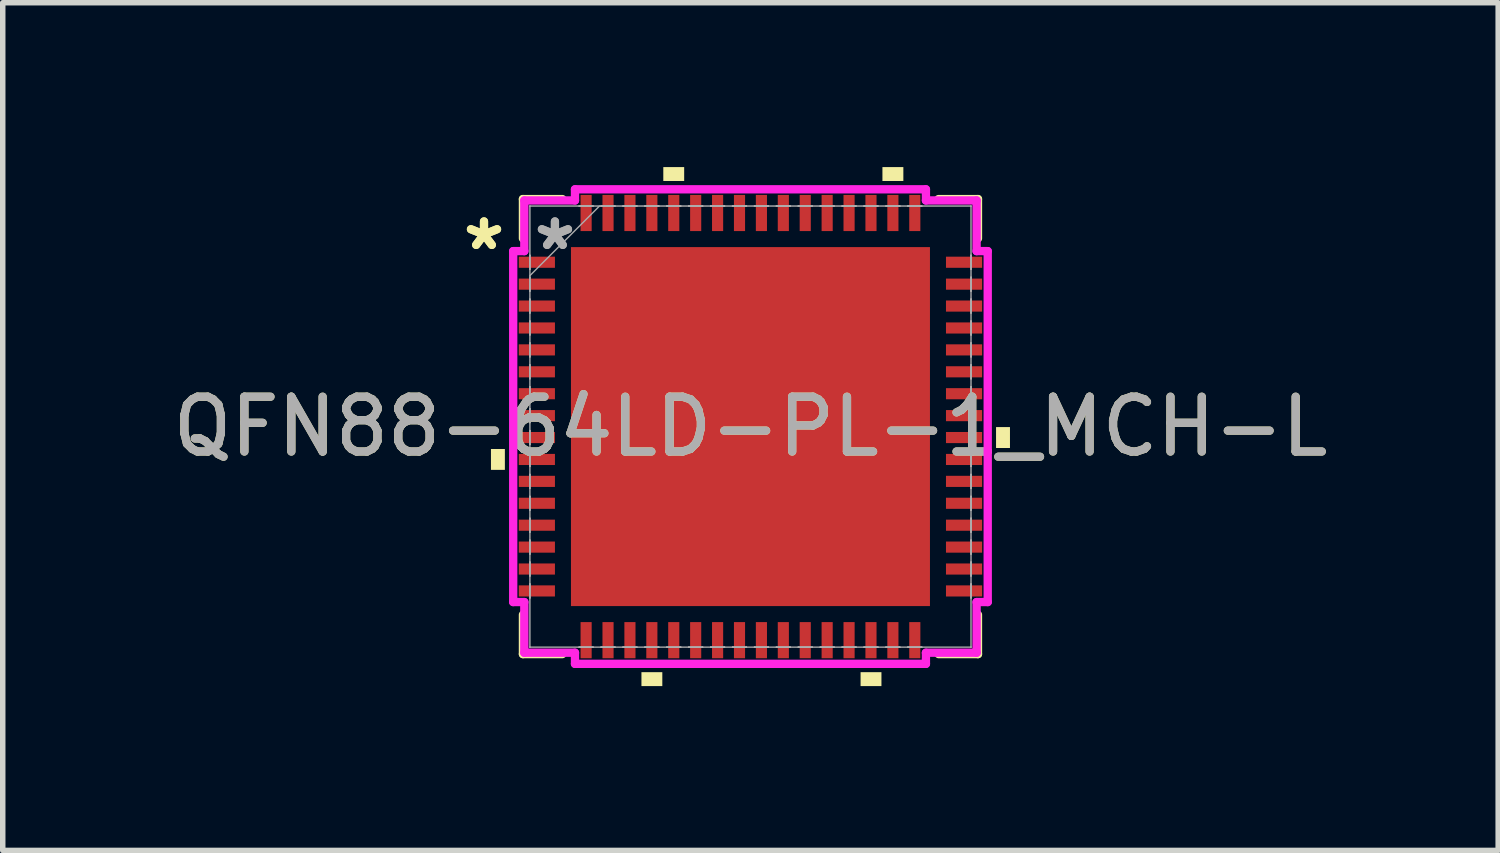
<source format=kicad_pcb>
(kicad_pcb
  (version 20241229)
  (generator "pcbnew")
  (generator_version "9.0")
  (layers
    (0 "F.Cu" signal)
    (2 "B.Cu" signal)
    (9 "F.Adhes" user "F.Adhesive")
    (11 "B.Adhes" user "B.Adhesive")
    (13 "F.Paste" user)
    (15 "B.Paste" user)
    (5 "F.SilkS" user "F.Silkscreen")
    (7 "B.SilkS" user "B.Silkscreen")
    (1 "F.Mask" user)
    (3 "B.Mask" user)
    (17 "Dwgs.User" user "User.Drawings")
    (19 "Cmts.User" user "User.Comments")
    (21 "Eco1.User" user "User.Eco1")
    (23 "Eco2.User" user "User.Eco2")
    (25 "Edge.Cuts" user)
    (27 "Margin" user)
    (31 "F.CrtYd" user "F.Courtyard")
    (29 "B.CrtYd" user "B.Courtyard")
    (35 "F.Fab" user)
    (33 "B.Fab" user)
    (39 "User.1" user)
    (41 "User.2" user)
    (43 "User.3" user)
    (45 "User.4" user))
  (footprint "QFN88-64LD-PL-1_MCH-L"
    (layer "F.Cu")
    (at 10.649 4.737)
    (property "Reference" "QFN88-64LD-PL-1_MCH-L" (at 0 0 0) (unlocked yes) (layer "F.SilkS") (effects (font (size 1 1) (thickness 0.15))))
    (attr smd)
    (fp_line (start -4.153 -4.153) (end -4.153 -3.434) (stroke (width 0.152) (type solid)) (layer "F.SilkS"))
    (fp_line (start -4.153 3.434) (end -4.153 4.153) (stroke (width 0.152) (type solid)) (layer "F.SilkS"))
    (fp_line (start -4.153 4.153) (end -3.434 4.153) (stroke (width 0.152) (type solid)) (layer "F.SilkS"))
    (fp_line (start -3.434 -4.153) (end -4.153 -4.153) (stroke (width 0.152) (type solid)) (layer "F.SilkS"))
    (fp_line (start 3.434 4.153) (end 4.153 4.153) (stroke (width 0.152) (type solid)) (layer "F.SilkS"))
    (fp_line (start 4.153 -4.153) (end 3.434 -4.153) (stroke (width 0.152) (type solid)) (layer "F.SilkS"))
    (fp_line (start 4.153 -3.434) (end 4.153 -4.153) (stroke (width 0.152) (type solid)) (layer "F.SilkS"))
    (fp_line (start 4.153 4.153) (end 4.153 3.434) (stroke (width 0.152) (type solid)) (layer "F.SilkS"))
    (fp_poly (pts (xy -4.737 0.409) (xy -4.737 0.79) (xy -4.483 0.79) (xy -4.483 0.409)) (stroke (width 0) (type solid)) (fill yes) (layer "F.SilkS"))
    (fp_poly (pts (xy -1.99 4.483) (xy -1.99 4.737) (xy -1.609 4.737) (xy -1.609 4.483)) (stroke (width 0) (type solid)) (fill yes) (layer "F.SilkS"))
    (fp_poly (pts (xy -1.591 -4.483) (xy -1.591 -4.737) (xy -1.21 -4.737) (xy -1.21 -4.483)) (stroke (width 0) (type solid)) (fill yes) (layer "F.SilkS"))
    (fp_poly (pts (xy 2.01 4.483) (xy 2.01 4.737) (xy 2.391 4.737) (xy 2.391 4.483)) (stroke (width 0) (type solid)) (fill yes) (layer "F.SilkS"))
    (fp_poly (pts (xy 2.409 -4.483) (xy 2.409 -4.737) (xy 2.791 -4.737) (xy 2.791 -4.483)) (stroke (width 0) (type solid)) (fill yes) (layer "F.SilkS"))
    (fp_poly (pts (xy 4.737 0.009) (xy 4.737 0.391) (xy 4.483 0.391) (xy 4.483 0.009)) (stroke (width 0) (type solid)) (fill yes) (layer "F.SilkS"))
    (fp_poly (pts (xy -3.177 -3.177) (xy -3.177 -2.066) (xy -2.066 -2.066) (xy -2.066 -3.177)) (stroke (width 0) (type solid)) (fill yes) (layer "F.Paste"))
    (fp_poly (pts (xy -3.177 -1.866) (xy -3.177 -0.755) (xy -2.066 -0.755) (xy -2.066 -1.866)) (stroke (width 0) (type solid)) (fill yes) (layer "F.Paste"))
    (fp_poly (pts (xy -3.177 -0.555) (xy -3.177 0.555) (xy -2.066 0.555) (xy -2.066 -0.555)) (stroke (width 0) (type solid)) (fill yes) (layer "F.Paste"))
    (fp_poly (pts (xy -3.177 0.755) (xy -3.177 1.866) (xy -2.066 1.866) (xy -2.066 0.755)) (stroke (width 0) (type solid)) (fill yes) (layer "F.Paste"))
    (fp_poly (pts (xy -3.177 2.066) (xy -3.177 3.177) (xy -2.066 3.177) (xy -2.066 2.066)) (stroke (width 0) (type solid)) (fill yes) (layer "F.Paste"))
    (fp_poly (pts (xy -1.866 -3.177) (xy -1.866 -2.066) (xy -0.755 -2.066) (xy -0.755 -3.177)) (stroke (width 0) (type solid)) (fill yes) (layer "F.Paste"))
    (fp_poly (pts (xy -1.866 -1.866) (xy -1.866 -0.755) (xy -0.755 -0.755) (xy -0.755 -1.866)) (stroke (width 0) (type solid)) (fill yes) (layer "F.Paste"))
    (fp_poly (pts (xy -1.866 -0.555) (xy -1.866 0.555) (xy -0.755 0.555) (xy -0.755 -0.555)) (stroke (width 0) (type solid)) (fill yes) (layer "F.Paste"))
    (fp_poly (pts (xy -1.866 0.755) (xy -1.866 1.866) (xy -0.755 1.866) (xy -0.755 0.755)) (stroke (width 0) (type solid)) (fill yes) (layer "F.Paste"))
    (fp_poly (pts (xy -1.866 2.066) (xy -1.866 3.177) (xy -0.755 3.177) (xy -0.755 2.066)) (stroke (width 0) (type solid)) (fill yes) (layer "F.Paste"))
    (fp_poly (pts (xy -0.555 -3.177) (xy -0.555 -2.066) (xy 0.555 -2.066) (xy 0.555 -3.177)) (stroke (width 0) (type solid)) (fill yes) (layer "F.Paste"))
    (fp_poly (pts (xy -0.555 -1.866) (xy -0.555 -0.755) (xy 0.555 -0.755) (xy 0.555 -1.866)) (stroke (width 0) (type solid)) (fill yes) (layer "F.Paste"))
    (fp_poly (pts (xy -0.555 -0.555) (xy -0.555 0.555) (xy 0.555 0.555) (xy 0.555 -0.555)) (stroke (width 0) (type solid)) (fill yes) (layer "F.Paste"))
    (fp_poly (pts (xy -0.555 0.755) (xy -0.555 1.866) (xy 0.555 1.866) (xy 0.555 0.755)) (stroke (width 0) (type solid)) (fill yes) (layer "F.Paste"))
    (fp_poly (pts (xy -0.555 2.066) (xy -0.555 3.177) (xy 0.555 3.177) (xy 0.555 2.066)) (stroke (width 0) (type solid)) (fill yes) (layer "F.Paste"))
    (fp_poly (pts (xy 0.755 -3.177) (xy 0.755 -2.066) (xy 1.866 -2.066) (xy 1.866 -3.177)) (stroke (width 0) (type solid)) (fill yes) (layer "F.Paste"))
    (fp_poly (pts (xy 0.755 -1.866) (xy 0.755 -0.755) (xy 1.866 -0.755) (xy 1.866 -1.866)) (stroke (width 0) (type solid)) (fill yes) (layer "F.Paste"))
    (fp_poly (pts (xy 0.755 -0.555) (xy 0.755 0.555) (xy 1.866 0.555) (xy 1.866 -0.555)) (stroke (width 0) (type solid)) (fill yes) (layer "F.Paste"))
    (fp_poly (pts (xy 0.755 0.755) (xy 0.755 1.866) (xy 1.866 1.866) (xy 1.866 0.755)) (stroke (width 0) (type solid)) (fill yes) (layer "F.Paste"))
    (fp_poly (pts (xy 0.755 2.066) (xy 0.755 3.177) (xy 1.866 3.177) (xy 1.866 2.066)) (stroke (width 0) (type solid)) (fill yes) (layer "F.Paste"))
    (fp_poly (pts (xy 2.066 -3.177) (xy 2.066 -2.066) (xy 3.177 -2.066) (xy 3.177 -3.177)) (stroke (width 0) (type solid)) (fill yes) (layer "F.Paste"))
    (fp_poly (pts (xy 2.066 -1.866) (xy 2.066 -0.755) (xy 3.177 -0.755) (xy 3.177 -1.866)) (stroke (width 0) (type solid)) (fill yes) (layer "F.Paste"))
    (fp_poly (pts (xy 2.066 -0.555) (xy 2.066 0.555) (xy 3.177 0.555) (xy 3.177 -0.555)) (stroke (width 0) (type solid)) (fill yes) (layer "F.Paste"))
    (fp_poly (pts (xy 2.066 0.755) (xy 2.066 1.866) (xy 3.177 1.866) (xy 3.177 0.755)) (stroke (width 0) (type solid)) (fill yes) (layer "F.Paste"))
    (fp_poly (pts (xy 2.066 2.066) (xy 2.066 3.177) (xy 3.177 3.177) (xy 3.177 2.066)) (stroke (width 0) (type solid)) (fill yes) (layer "F.Paste"))
    (fp_line (start -4.331 -3.203) (end -4.128 -3.203) (stroke (width 0.152) (type solid)) (layer "F.CrtYd"))
    (fp_line (start -4.331 3.203) (end -4.331 -3.203) (stroke (width 0.152) (type solid)) (layer "F.CrtYd"))
    (fp_line (start -4.128 -4.128) (end -3.203 -4.128) (stroke (width 0.152) (type solid)) (layer "F.CrtYd"))
    (fp_line (start -4.128 -3.203) (end -4.128 -4.128) (stroke (width 0.152) (type solid)) (layer "F.CrtYd"))
    (fp_line (start -4.128 3.203) (end -4.331 3.203) (stroke (width 0.152) (type solid)) (layer "F.CrtYd"))
    (fp_line (start -4.128 4.128) (end -4.128 3.203) (stroke (width 0.152) (type solid)) (layer "F.CrtYd"))
    (fp_line (start -3.203 -4.331) (end 3.203 -4.331) (stroke (width 0.152) (type solid)) (layer "F.CrtYd"))
    (fp_line (start -3.203 -4.128) (end -3.203 -4.331) (stroke (width 0.152) (type solid)) (layer "F.CrtYd"))
    (fp_line (start -3.203 4.128) (end -4.128 4.128) (stroke (width 0.152) (type solid)) (layer "F.CrtYd"))
    (fp_line (start -3.203 4.331) (end -3.203 4.128) (stroke (width 0.152) (type solid)) (layer "F.CrtYd"))
    (fp_line (start 3.203 -4.331) (end 3.203 -4.128) (stroke (width 0.152) (type solid)) (layer "F.CrtYd"))
    (fp_line (start 3.203 -4.128) (end 4.128 -4.128) (stroke (width 0.152) (type solid)) (layer "F.CrtYd"))
    (fp_line (start 3.203 4.128) (end 3.203 4.331) (stroke (width 0.152) (type solid)) (layer "F.CrtYd"))
    (fp_line (start 3.203 4.331) (end -3.203 4.331) (stroke (width 0.152) (type solid)) (layer "F.CrtYd"))
    (fp_line (start 4.128 -4.128) (end 4.128 -3.203) (stroke (width 0.152) (type solid)) (layer "F.CrtYd"))
    (fp_line (start 4.128 -3.203) (end 4.331 -3.203) (stroke (width 0.152) (type solid)) (layer "F.CrtYd"))
    (fp_line (start 4.128 3.203) (end 4.128 4.128) (stroke (width 0.152) (type solid)) (layer "F.CrtYd"))
    (fp_line (start 4.128 4.128) (end 3.203 4.128) (stroke (width 0.152) (type solid)) (layer "F.CrtYd"))
    (fp_line (start 4.331 -3.203) (end 4.331 3.203) (stroke (width 0.152) (type solid)) (layer "F.CrtYd"))
    (fp_line (start 4.331 3.203) (end 4.128 3.203) (stroke (width 0.152) (type solid)) (layer "F.CrtYd"))
    (fp_line (start -4.026 -4.026) (end -4.026 -4.026) (stroke (width 0.025) (type solid)) (layer "F.Fab"))
    (fp_line (start -4.026 -4.026) (end -4.026 4.026) (stroke (width 0.025) (type solid)) (layer "F.Fab"))
    (fp_line (start -4.026 -3.127) (end -4.026 -3.127) (stroke (width 0.025) (type solid)) (layer "F.Fab"))
    (fp_line (start -4.026 -3.127) (end -4.026 -2.873) (stroke (width 0.025) (type solid)) (layer "F.Fab"))
    (fp_line (start -4.026 -2.873) (end -4.026 -3.127) (stroke (width 0.025) (type solid)) (layer "F.Fab"))
    (fp_line (start -4.026 -2.873) (end -4.026 -2.873) (stroke (width 0.025) (type solid)) (layer "F.Fab"))
    (fp_line (start -4.026 -2.756) (end -2.756 -4.026) (stroke (width 0.025) (type solid)) (layer "F.Fab"))
    (fp_line (start -4.026 -2.727) (end -4.026 -2.727) (stroke (width 0.025) (type solid)) (layer "F.Fab"))
    (fp_line (start -4.026 -2.727) (end -4.026 -2.473) (stroke (width 0.025) (type solid)) (layer "F.Fab"))
    (fp_line (start -4.026 -2.473) (end -4.026 -2.727) (stroke (width 0.025) (type solid)) (layer "F.Fab"))
    (fp_line (start -4.026 -2.473) (end -4.026 -2.473) (stroke (width 0.025) (type solid)) (layer "F.Fab"))
    (fp_line (start -4.026 -2.327) (end -4.026 -2.327) (stroke (width 0.025) (type solid)) (layer "F.Fab"))
    (fp_line (start -4.026 -2.327) (end -4.026 -2.073) (stroke (width 0.025) (type solid)) (layer "F.Fab"))
    (fp_line (start -4.026 -2.073) (end -4.026 -2.327) (stroke (width 0.025) (type solid)) (layer "F.Fab"))
    (fp_line (start -4.026 -2.073) (end -4.026 -2.073) (stroke (width 0.025) (type solid)) (layer "F.Fab"))
    (fp_line (start -4.026 -1.927) (end -4.026 -1.927) (stroke (width 0.025) (type solid)) (layer "F.Fab"))
    (fp_line (start -4.026 -1.927) (end -4.026 -1.673) (stroke (width 0.025) (type solid)) (layer "F.Fab"))
    (fp_line (start -4.026 -1.673) (end -4.026 -1.927) (stroke (width 0.025) (type solid)) (layer "F.Fab"))
    (fp_line (start -4.026 -1.673) (end -4.026 -1.673) (stroke (width 0.025) (type solid)) (layer "F.Fab"))
    (fp_line (start -4.026 -1.527) (end -4.026 -1.527) (stroke (width 0.025) (type solid)) (layer "F.Fab"))
    (fp_line (start -4.026 -1.527) (end -4.026 -1.273) (stroke (width 0.025) (type solid)) (layer "F.Fab"))
    (fp_line (start -4.026 -1.273) (end -4.026 -1.527) (stroke (width 0.025) (type solid)) (layer "F.Fab"))
    (fp_line (start -4.026 -1.273) (end -4.026 -1.273) (stroke (width 0.025) (type solid)) (layer "F.Fab"))
    (fp_line (start -4.026 -1.127) (end -4.026 -1.127) (stroke (width 0.025) (type solid)) (layer "F.Fab"))
    (fp_line (start -4.026 -1.127) (end -4.026 -0.873) (stroke (width 0.025) (type solid)) (layer "F.Fab"))
    (fp_line (start -4.026 -0.873) (end -4.026 -1.127) (stroke (width 0.025) (type solid)) (layer "F.Fab"))
    (fp_line (start -4.026 -0.873) (end -4.026 -0.873) (stroke (width 0.025) (type solid)) (layer "F.Fab"))
    (fp_line (start -4.026 -0.727) (end -4.026 -0.727) (stroke (width 0.025) (type solid)) (layer "F.Fab"))
    (fp_line (start -4.026 -0.727) (end -4.026 -0.473) (stroke (width 0.025) (type solid)) (layer "F.Fab"))
    (fp_line (start -4.026 -0.473) (end -4.026 -0.727) (stroke (width 0.025) (type solid)) (layer "F.Fab"))
    (fp_line (start -4.026 -0.473) (end -4.026 -0.473) (stroke (width 0.025) (type solid)) (layer "F.Fab"))
    (fp_line (start -4.026 -0.327) (end -4.026 -0.327) (stroke (width 0.025) (type solid)) (layer "F.Fab"))
    (fp_line (start -4.026 -0.327) (end -4.026 -0.073) (stroke (width 0.025) (type solid)) (layer "F.Fab"))
    (fp_line (start -4.026 -0.073) (end -4.026 -0.327) (stroke (width 0.025) (type solid)) (layer "F.Fab"))
    (fp_line (start -4.026 -0.073) (end -4.026 -0.073) (stroke (width 0.025) (type solid)) (layer "F.Fab"))
    (fp_line (start -4.026 0.073) (end -4.026 0.073) (stroke (width 0.025) (type solid)) (layer "F.Fab"))
    (fp_line (start -4.026 0.073) (end -4.026 0.327) (stroke (width 0.025) (type solid)) (layer "F.Fab"))
    (fp_line (start -4.026 0.327) (end -4.026 0.073) (stroke (width 0.025) (type solid)) (layer "F.Fab"))
    (fp_line (start -4.026 0.327) (end -4.026 0.327) (stroke (width 0.025) (type solid)) (layer "F.Fab"))
    (fp_line (start -4.026 0.473) (end -4.026 0.473) (stroke (width 0.025) (type solid)) (layer "F.Fab"))
    (fp_line (start -4.026 0.473) (end -4.026 0.727) (stroke (width 0.025) (type solid)) (layer "F.Fab"))
    (fp_line (start -4.026 0.727) (end -4.026 0.473) (stroke (width 0.025) (type solid)) (layer "F.Fab"))
    (fp_line (start -4.026 0.727) (end -4.026 0.727) (stroke (width 0.025) (type solid)) (layer "F.Fab"))
    (fp_line (start -4.026 0.873) (end -4.026 0.873) (stroke (width 0.025) (type solid)) (layer "F.Fab"))
    (fp_line (start -4.026 0.873) (end -4.026 1.127) (stroke (width 0.025) (type solid)) (layer "F.Fab"))
    (fp_line (start -4.026 1.127) (end -4.026 0.873) (stroke (width 0.025) (type solid)) (layer "F.Fab"))
    (fp_line (start -4.026 1.127) (end -4.026 1.127) (stroke (width 0.025) (type solid)) (layer "F.Fab"))
    (fp_line (start -4.026 1.273) (end -4.026 1.273) (stroke (width 0.025) (type solid)) (layer "F.Fab"))
    (fp_line (start -4.026 1.273) (end -4.026 1.527) (stroke (width 0.025) (type solid)) (layer "F.Fab"))
    (fp_line (start -4.026 1.527) (end -4.026 1.273) (stroke (width 0.025) (type solid)) (layer "F.Fab"))
    (fp_line (start -4.026 1.527) (end -4.026 1.527) (stroke (width 0.025) (type solid)) (layer "F.Fab"))
    (fp_line (start -4.026 1.673) (end -4.026 1.673) (stroke (width 0.025) (type solid)) (layer "F.Fab"))
    (fp_line (start -4.026 1.673) (end -4.026 1.927) (stroke (width 0.025) (type solid)) (layer "F.Fab"))
    (fp_line (start -4.026 1.927) (end -4.026 1.673) (stroke (width 0.025) (type solid)) (layer "F.Fab"))
    (fp_line (start -4.026 1.927) (end -4.026 1.927) (stroke (width 0.025) (type solid)) (layer "F.Fab"))
    (fp_line (start -4.026 2.073) (end -4.026 2.073) (stroke (width 0.025) (type solid)) (layer "F.Fab"))
    (fp_line (start -4.026 2.073) (end -4.026 2.327) (stroke (width 0.025) (type solid)) (layer "F.Fab"))
    (fp_line (start -4.026 2.327) (end -4.026 2.073) (stroke (width 0.025) (type solid)) (layer "F.Fab"))
    (fp_line (start -4.026 2.327) (end -4.026 2.327) (stroke (width 0.025) (type solid)) (layer "F.Fab"))
    (fp_line (start -4.026 2.473) (end -4.026 2.473) (stroke (width 0.025) (type solid)) (layer "F.Fab"))
    (fp_line (start -4.026 2.473) (end -4.026 2.727) (stroke (width 0.025) (type solid)) (layer "F.Fab"))
    (fp_line (start -4.026 2.727) (end -4.026 2.473) (stroke (width 0.025) (type solid)) (layer "F.Fab"))
    (fp_line (start -4.026 2.727) (end -4.026 2.727) (stroke (width 0.025) (type solid)) (layer "F.Fab"))
    (fp_line (start -4.026 2.873) (end -4.026 2.873) (stroke (width 0.025) (type solid)) (layer "F.Fab"))
    (fp_line (start -4.026 2.873) (end -4.026 3.127) (stroke (width 0.025) (type solid)) (layer "F.Fab"))
    (fp_line (start -4.026 3.127) (end -4.026 2.873) (stroke (width 0.025) (type solid)) (layer "F.Fab"))
    (fp_line (start -4.026 3.127) (end -4.026 3.127) (stroke (width 0.025) (type solid)) (layer "F.Fab"))
    (fp_line (start -4.026 4.026) (end -4.026 4.026) (stroke (width 0.025) (type solid)) (layer "F.Fab"))
    (fp_line (start -4.026 4.026) (end 4.026 4.026) (stroke (width 0.025) (type solid)) (layer "F.Fab"))
    (fp_line (start -3.127 -4.026) (end -3.127 -4.026) (stroke (width 0.025) (type solid)) (layer "F.Fab"))
    (fp_line (start -3.127 -4.026) (end -2.873 -4.026) (stroke (width 0.025) (type solid)) (layer "F.Fab"))
    (fp_line (start -3.127 4.026) (end -3.127 4.026) (stroke (width 0.025) (type solid)) (layer "F.Fab"))
    (fp_line (start -3.127 4.026) (end -2.873 4.026) (stroke (width 0.025) (type solid)) (layer "F.Fab"))
    (fp_line (start -2.873 -4.026) (end -3.127 -4.026) (stroke (width 0.025) (type solid)) (layer "F.Fab"))
    (fp_line (start -2.873 -4.026) (end -2.873 -4.026) (stroke (width 0.025) (type solid)) (layer "F.Fab"))
    (fp_line (start -2.873 4.026) (end -3.127 4.026) (stroke (width 0.025) (type solid)) (layer "F.Fab"))
    (fp_line (start -2.873 4.026) (end -2.873 4.026) (stroke (width 0.025) (type solid)) (layer "F.Fab"))
    (fp_line (start -2.727 -4.026) (end -2.727 -4.026) (stroke (width 0.025) (type solid)) (layer "F.Fab"))
    (fp_line (start -2.727 -4.026) (end -2.473 -4.026) (stroke (width 0.025) (type solid)) (layer "F.Fab"))
    (fp_line (start -2.727 4.026) (end -2.727 4.026) (stroke (width 0.025) (type solid)) (layer "F.Fab"))
    (fp_line (start -2.727 4.026) (end -2.473 4.026) (stroke (width 0.025) (type solid)) (layer "F.Fab"))
    (fp_line (start -2.473 -4.026) (end -2.727 -4.026) (stroke (width 0.025) (type solid)) (layer "F.Fab"))
    (fp_line (start -2.473 -4.026) (end -2.473 -4.026) (stroke (width 0.025) (type solid)) (layer "F.Fab"))
    (fp_line (start -2.473 4.026) (end -2.727 4.026) (stroke (width 0.025) (type solid)) (layer "F.Fab"))
    (fp_line (start -2.473 4.026) (end -2.473 4.026) (stroke (width 0.025) (type solid)) (layer "F.Fab"))
    (fp_line (start -2.327 -4.026) (end -2.327 -4.026) (stroke (width 0.025) (type solid)) (layer "F.Fab"))
    (fp_line (start -2.327 -4.026) (end -2.073 -4.026) (stroke (width 0.025) (type solid)) (layer "F.Fab"))
    (fp_line (start -2.327 4.026) (end -2.327 4.026) (stroke (width 0.025) (type solid)) (layer "F.Fab"))
    (fp_line (start -2.327 4.026) (end -2.073 4.026) (stroke (width 0.025) (type solid)) (layer "F.Fab"))
    (fp_line (start -2.073 -4.026) (end -2.327 -4.026) (stroke (width 0.025) (type solid)) (layer "F.Fab"))
    (fp_line (start -2.073 -4.026) (end -2.073 -4.026) (stroke (width 0.025) (type solid)) (layer "F.Fab"))
    (fp_line (start -2.073 4.026) (end -2.327 4.026) (stroke (width 0.025) (type solid)) (layer "F.Fab"))
    (fp_line (start -2.073 4.026) (end -2.073 4.026) (stroke (width 0.025) (type solid)) (layer "F.Fab"))
    (fp_line (start -1.927 -4.026) (end -1.927 -4.026) (stroke (width 0.025) (type solid)) (layer "F.Fab"))
    (fp_line (start -1.927 -4.026) (end -1.673 -4.026) (stroke (width 0.025) (type solid)) (layer "F.Fab"))
    (fp_line (start -1.927 4.026) (end -1.927 4.026) (stroke (width 0.025) (type solid)) (layer "F.Fab"))
    (fp_line (start -1.927 4.026) (end -1.673 4.026) (stroke (width 0.025) (type solid)) (layer "F.Fab"))
    (fp_line (start -1.673 -4.026) (end -1.927 -4.026) (stroke (width 0.025) (type solid)) (layer "F.Fab"))
    (fp_line (start -1.673 -4.026) (end -1.673 -4.026) (stroke (width 0.025) (type solid)) (layer "F.Fab"))
    (fp_line (start -1.673 4.026) (end -1.927 4.026) (stroke (width 0.025) (type solid)) (layer "F.Fab"))
    (fp_line (start -1.673 4.026) (end -1.673 4.026) (stroke (width 0.025) (type solid)) (layer "F.Fab"))
    (fp_line (start -1.527 -4.026) (end -1.527 -4.026) (stroke (width 0.025) (type solid)) (layer "F.Fab"))
    (fp_line (start -1.527 -4.026) (end -1.273 -4.026) (stroke (width 0.025) (type solid)) (layer "F.Fab"))
    (fp_line (start -1.527 4.026) (end -1.527 4.026) (stroke (width 0.025) (type solid)) (layer "F.Fab"))
    (fp_line (start -1.527 4.026) (end -1.273 4.026) (stroke (width 0.025) (type solid)) (layer "F.Fab"))
    (fp_line (start -1.273 -4.026) (end -1.527 -4.026) (stroke (width 0.025) (type solid)) (layer "F.Fab"))
    (fp_line (start -1.273 -4.026) (end -1.273 -4.026) (stroke (width 0.025) (type solid)) (layer "F.Fab"))
    (fp_line (start -1.273 4.026) (end -1.527 4.026) (stroke (width 0.025) (type solid)) (layer "F.Fab"))
    (fp_line (start -1.273 4.026) (end -1.273 4.026) (stroke (width 0.025) (type solid)) (layer "F.Fab"))
    (fp_line (start -1.127 -4.026) (end -1.127 -4.026) (stroke (width 0.025) (type solid)) (layer "F.Fab"))
    (fp_line (start -1.127 -4.026) (end -0.873 -4.026) (stroke (width 0.025) (type solid)) (layer "F.Fab"))
    (fp_line (start -1.127 4.026) (end -1.127 4.026) (stroke (width 0.025) (type solid)) (layer "F.Fab"))
    (fp_line (start -1.127 4.026) (end -0.873 4.026) (stroke (width 0.025) (type solid)) (layer "F.Fab"))
    (fp_line (start -0.873 -4.026) (end -1.127 -4.026) (stroke (width 0.025) (type solid)) (layer "F.Fab"))
    (fp_line (start -0.873 -4.026) (end -0.873 -4.026) (stroke (width 0.025) (type solid)) (layer "F.Fab"))
    (fp_line (start -0.873 4.026) (end -1.127 4.026) (stroke (width 0.025) (type solid)) (layer "F.Fab"))
    (fp_line (start -0.873 4.026) (end -0.873 4.026) (stroke (width 0.025) (type solid)) (layer "F.Fab"))
    (fp_line (start -0.727 -4.026) (end -0.727 -4.026) (stroke (width 0.025) (type solid)) (layer "F.Fab"))
    (fp_line (start -0.727 -4.026) (end -0.473 -4.026) (stroke (width 0.025) (type solid)) (layer "F.Fab"))
    (fp_line (start -0.727 4.026) (end -0.727 4.026) (stroke (width 0.025) (type solid)) (layer "F.Fab"))
    (fp_line (start -0.727 4.026) (end -0.473 4.026) (stroke (width 0.025) (type solid)) (layer "F.Fab"))
    (fp_line (start -0.473 -4.026) (end -0.727 -4.026) (stroke (width 0.025) (type solid)) (layer "F.Fab"))
    (fp_line (start -0.473 -4.026) (end -0.473 -4.026) (stroke (width 0.025) (type solid)) (layer "F.Fab"))
    (fp_line (start -0.473 4.026) (end -0.727 4.026) (stroke (width 0.025) (type solid)) (layer "F.Fab"))
    (fp_line (start -0.473 4.026) (end -0.473 4.026) (stroke (width 0.025) (type solid)) (layer "F.Fab"))
    (fp_line (start -0.327 -4.026) (end -0.327 -4.026) (stroke (width 0.025) (type solid)) (layer "F.Fab"))
    (fp_line (start -0.327 -4.026) (end -0.073 -4.026) (stroke (width 0.025) (type solid)) (layer "F.Fab"))
    (fp_line (start -0.327 4.026) (end -0.327 4.026) (stroke (width 0.025) (type solid)) (layer "F.Fab"))
    (fp_line (start -0.327 4.026) (end -0.073 4.026) (stroke (width 0.025) (type solid)) (layer "F.Fab"))
    (fp_line (start -0.073 -4.026) (end -0.327 -4.026) (stroke (width 0.025) (type solid)) (layer "F.Fab"))
    (fp_line (start -0.073 -4.026) (end -0.073 -4.026) (stroke (width 0.025) (type solid)) (layer "F.Fab"))
    (fp_line (start -0.073 4.026) (end -0.327 4.026) (stroke (width 0.025) (type solid)) (layer "F.Fab"))
    (fp_line (start -0.073 4.026) (end -0.073 4.026) (stroke (width 0.025) (type solid)) (layer "F.Fab"))
    (fp_line (start 0.073 -4.026) (end 0.073 -4.026) (stroke (width 0.025) (type solid)) (layer "F.Fab"))
    (fp_line (start 0.073 -4.026) (end 0.327 -4.026) (stroke (width 0.025) (type solid)) (layer "F.Fab"))
    (fp_line (start 0.073 4.026) (end 0.073 4.026) (stroke (width 0.025) (type solid)) (layer "F.Fab"))
    (fp_line (start 0.073 4.026) (end 0.327 4.026) (stroke (width 0.025) (type solid)) (layer "F.Fab"))
    (fp_line (start 0.327 -4.026) (end 0.073 -4.026) (stroke (width 0.025) (type solid)) (layer "F.Fab"))
    (fp_line (start 0.327 -4.026) (end 0.327 -4.026) (stroke (width 0.025) (type solid)) (layer "F.Fab"))
    (fp_line (start 0.327 4.026) (end 0.073 4.026) (stroke (width 0.025) (type solid)) (layer "F.Fab"))
    (fp_line (start 0.327 4.026) (end 0.327 4.026) (stroke (width 0.025) (type solid)) (layer "F.Fab"))
    (fp_line (start 0.473 -4.026) (end 0.473 -4.026) (stroke (width 0.025) (type solid)) (layer "F.Fab"))
    (fp_line (start 0.473 -4.026) (end 0.727 -4.026) (stroke (width 0.025) (type solid)) (layer "F.Fab"))
    (fp_line (start 0.473 4.026) (end 0.473 4.026) (stroke (width 0.025) (type solid)) (layer "F.Fab"))
    (fp_line (start 0.473 4.026) (end 0.727 4.026) (stroke (width 0.025) (type solid)) (layer "F.Fab"))
    (fp_line (start 0.727 -4.026) (end 0.473 -4.026) (stroke (width 0.025) (type solid)) (layer "F.Fab"))
    (fp_line (start 0.727 -4.026) (end 0.727 -4.026) (stroke (width 0.025) (type solid)) (layer "F.Fab"))
    (fp_line (start 0.727 4.026) (end 0.473 4.026) (stroke (width 0.025) (type solid)) (layer "F.Fab"))
    (fp_line (start 0.727 4.026) (end 0.727 4.026) (stroke (width 0.025) (type solid)) (layer "F.Fab"))
    (fp_line (start 0.873 -4.026) (end 0.873 -4.026) (stroke (width 0.025) (type solid)) (layer "F.Fab"))
    (fp_line (start 0.873 -4.026) (end 1.127 -4.026) (stroke (width 0.025) (type solid)) (layer "F.Fab"))
    (fp_line (start 0.873 4.026) (end 0.873 4.026) (stroke (width 0.025) (type solid)) (layer "F.Fab"))
    (fp_line (start 0.873 4.026) (end 1.127 4.026) (stroke (width 0.025) (type solid)) (layer "F.Fab"))
    (fp_line (start 1.127 -4.026) (end 0.873 -4.026) (stroke (width 0.025) (type solid)) (layer "F.Fab"))
    (fp_line (start 1.127 -4.026) (end 1.127 -4.026) (stroke (width 0.025) (type solid)) (layer "F.Fab"))
    (fp_line (start 1.127 4.026) (end 0.873 4.026) (stroke (width 0.025) (type solid)) (layer "F.Fab"))
    (fp_line (start 1.127 4.026) (end 1.127 4.026) (stroke (width 0.025) (type solid)) (layer "F.Fab"))
    (fp_line (start 1.273 -4.026) (end 1.273 -4.026) (stroke (width 0.025) (type solid)) (layer "F.Fab"))
    (fp_line (start 1.273 -4.026) (end 1.527 -4.026) (stroke (width 0.025) (type solid)) (layer "F.Fab"))
    (fp_line (start 1.273 4.026) (end 1.273 4.026) (stroke (width 0.025) (type solid)) (layer "F.Fab"))
    (fp_line (start 1.273 4.026) (end 1.527 4.026) (stroke (width 0.025) (type solid)) (layer "F.Fab"))
    (fp_line (start 1.527 -4.026) (end 1.273 -4.026) (stroke (width 0.025) (type solid)) (layer "F.Fab"))
    (fp_line (start 1.527 -4.026) (end 1.527 -4.026) (stroke (width 0.025) (type solid)) (layer "F.Fab"))
    (fp_line (start 1.527 4.026) (end 1.273 4.026) (stroke (width 0.025) (type solid)) (layer "F.Fab"))
    (fp_line (start 1.527 4.026) (end 1.527 4.026) (stroke (width 0.025) (type solid)) (layer "F.Fab"))
    (fp_line (start 1.673 -4.026) (end 1.673 -4.026) (stroke (width 0.025) (type solid)) (layer "F.Fab"))
    (fp_line (start 1.673 -4.026) (end 1.927 -4.026) (stroke (width 0.025) (type solid)) (layer "F.Fab"))
    (fp_line (start 1.673 4.026) (end 1.673 4.026) (stroke (width 0.025) (type solid)) (layer "F.Fab"))
    (fp_line (start 1.673 4.026) (end 1.927 4.026) (stroke (width 0.025) (type solid)) (layer "F.Fab"))
    (fp_line (start 1.927 -4.026) (end 1.673 -4.026) (stroke (width 0.025) (type solid)) (layer "F.Fab"))
    (fp_line (start 1.927 -4.026) (end 1.927 -4.026) (stroke (width 0.025) (type solid)) (layer "F.Fab"))
    (fp_line (start 1.927 4.026) (end 1.673 4.026) (stroke (width 0.025) (type solid)) (layer "F.Fab"))
    (fp_line (start 1.927 4.026) (end 1.927 4.026) (stroke (width 0.025) (type solid)) (layer "F.Fab"))
    (fp_line (start 2.073 -4.026) (end 2.073 -4.026) (stroke (width 0.025) (type solid)) (layer "F.Fab"))
    (fp_line (start 2.073 -4.026) (end 2.327 -4.026) (stroke (width 0.025) (type solid)) (layer "F.Fab"))
    (fp_line (start 2.073 4.026) (end 2.073 4.026) (stroke (width 0.025) (type solid)) (layer "F.Fab"))
    (fp_line (start 2.073 4.026) (end 2.327 4.026) (stroke (width 0.025) (type solid)) (layer "F.Fab"))
    (fp_line (start 2.327 -4.026) (end 2.073 -4.026) (stroke (width 0.025) (type solid)) (layer "F.Fab"))
    (fp_line (start 2.327 -4.026) (end 2.327 -4.026) (stroke (width 0.025) (type solid)) (layer "F.Fab"))
    (fp_line (start 2.327 4.026) (end 2.073 4.026) (stroke (width 0.025) (type solid)) (layer "F.Fab"))
    (fp_line (start 2.327 4.026) (end 2.327 4.026) (stroke (width 0.025) (type solid)) (layer "F.Fab"))
    (fp_line (start 2.473 -4.026) (end 2.473 -4.026) (stroke (width 0.025) (type solid)) (layer "F.Fab"))
    (fp_line (start 2.473 -4.026) (end 2.727 -4.026) (stroke (width 0.025) (type solid)) (layer "F.Fab"))
    (fp_line (start 2.473 4.026) (end 2.473 4.026) (stroke (width 0.025) (type solid)) (layer "F.Fab"))
    (fp_line (start 2.473 4.026) (end 2.727 4.026) (stroke (width 0.025) (type solid)) (layer "F.Fab"))
    (fp_line (start 2.727 -4.026) (end 2.473 -4.026) (stroke (width 0.025) (type solid)) (layer "F.Fab"))
    (fp_line (start 2.727 -4.026) (end 2.727 -4.026) (stroke (width 0.025) (type solid)) (layer "F.Fab"))
    (fp_line (start 2.727 4.026) (end 2.473 4.026) (stroke (width 0.025) (type solid)) (layer "F.Fab"))
    (fp_line (start 2.727 4.026) (end 2.727 4.026) (stroke (width 0.025) (type solid)) (layer "F.Fab"))
    (fp_line (start 2.873 -4.026) (end 2.873 -4.026) (stroke (width 0.025) (type solid)) (layer "F.Fab"))
    (fp_line (start 2.873 -4.026) (end 3.127 -4.026) (stroke (width 0.025) (type solid)) (layer "F.Fab"))
    (fp_line (start 2.873 4.026) (end 2.873 4.026) (stroke (width 0.025) (type solid)) (layer "F.Fab"))
    (fp_line (start 2.873 4.026) (end 3.127 4.026) (stroke (width 0.025) (type solid)) (layer "F.Fab"))
    (fp_line (start 3.127 -4.026) (end 2.873 -4.026) (stroke (width 0.025) (type solid)) (layer "F.Fab"))
    (fp_line (start 3.127 -4.026) (end 3.127 -4.026) (stroke (width 0.025) (type solid)) (layer "F.Fab"))
    (fp_line (start 3.127 4.026) (end 2.873 4.026) (stroke (width 0.025) (type solid)) (layer "F.Fab"))
    (fp_line (start 3.127 4.026) (end 3.127 4.026) (stroke (width 0.025) (type solid)) (layer "F.Fab"))
    (fp_line (start 4.026 -4.026) (end -4.026 -4.026) (stroke (width 0.025) (type solid)) (layer "F.Fab"))
    (fp_line (start 4.026 -4.026) (end 4.026 -4.026) (stroke (width 0.025) (type solid)) (layer "F.Fab"))
    (fp_line (start 4.026 -3.127) (end 4.026 -3.127) (stroke (width 0.025) (type solid)) (layer "F.Fab"))
    (fp_line (start 4.026 -3.127) (end 4.026 -2.873) (stroke (width 0.025) (type solid)) (layer "F.Fab"))
    (fp_line (start 4.026 -2.873) (end 4.026 -3.127) (stroke (width 0.025) (type solid)) (layer "F.Fab"))
    (fp_line (start 4.026 -2.873) (end 4.026 -2.873) (stroke (width 0.025) (type solid)) (layer "F.Fab"))
    (fp_line (start 4.026 -2.727) (end 4.026 -2.727) (stroke (width 0.025) (type solid)) (layer "F.Fab"))
    (fp_line (start 4.026 -2.727) (end 4.026 -2.473) (stroke (width 0.025) (type solid)) (layer "F.Fab"))
    (fp_line (start 4.026 -2.473) (end 4.026 -2.727) (stroke (width 0.025) (type solid)) (layer "F.Fab"))
    (fp_line (start 4.026 -2.473) (end 4.026 -2.473) (stroke (width 0.025) (type solid)) (layer "F.Fab"))
    (fp_line (start 4.026 -2.327) (end 4.026 -2.327) (stroke (width 0.025) (type solid)) (layer "F.Fab"))
    (fp_line (start 4.026 -2.327) (end 4.026 -2.073) (stroke (width 0.025) (type solid)) (layer "F.Fab"))
    (fp_line (start 4.026 -2.073) (end 4.026 -2.327) (stroke (width 0.025) (type solid)) (layer "F.Fab"))
    (fp_line (start 4.026 -2.073) (end 4.026 -2.073) (stroke (width 0.025) (type solid)) (layer "F.Fab"))
    (fp_line (start 4.026 -1.927) (end 4.026 -1.927) (stroke (width 0.025) (type solid)) (layer "F.Fab"))
    (fp_line (start 4.026 -1.927) (end 4.026 -1.673) (stroke (width 0.025) (type solid)) (layer "F.Fab"))
    (fp_line (start 4.026 -1.673) (end 4.026 -1.927) (stroke (width 0.025) (type solid)) (layer "F.Fab"))
    (fp_line (start 4.026 -1.673) (end 4.026 -1.673) (stroke (width 0.025) (type solid)) (layer "F.Fab"))
    (fp_line (start 4.026 -1.527) (end 4.026 -1.527) (stroke (width 0.025) (type solid)) (layer "F.Fab"))
    (fp_line (start 4.026 -1.527) (end 4.026 -1.273) (stroke (width 0.025) (type solid)) (layer "F.Fab"))
    (fp_line (start 4.026 -1.273) (end 4.026 -1.527) (stroke (width 0.025) (type solid)) (layer "F.Fab"))
    (fp_line (start 4.026 -1.273) (end 4.026 -1.273) (stroke (width 0.025) (type solid)) (layer "F.Fab"))
    (fp_line (start 4.026 -1.127) (end 4.026 -1.127) (stroke (width 0.025) (type solid)) (layer "F.Fab"))
    (fp_line (start 4.026 -1.127) (end 4.026 -0.873) (stroke (width 0.025) (type solid)) (layer "F.Fab"))
    (fp_line (start 4.026 -0.873) (end 4.026 -1.127) (stroke (width 0.025) (type solid)) (layer "F.Fab"))
    (fp_line (start 4.026 -0.873) (end 4.026 -0.873) (stroke (width 0.025) (type solid)) (layer "F.Fab"))
    (fp_line (start 4.026 -0.727) (end 4.026 -0.727) (stroke (width 0.025) (type solid)) (layer "F.Fab"))
    (fp_line (start 4.026 -0.727) (end 4.026 -0.473) (stroke (width 0.025) (type solid)) (layer "F.Fab"))
    (fp_line (start 4.026 -0.473) (end 4.026 -0.727) (stroke (width 0.025) (type solid)) (layer "F.Fab"))
    (fp_line (start 4.026 -0.473) (end 4.026 -0.473) (stroke (width 0.025) (type solid)) (layer "F.Fab"))
    (fp_line (start 4.026 -0.327) (end 4.026 -0.327) (stroke (width 0.025) (type solid)) (layer "F.Fab"))
    (fp_line (start 4.026 -0.327) (end 4.026 -0.073) (stroke (width 0.025) (type solid)) (layer "F.Fab"))
    (fp_line (start 4.026 -0.073) (end 4.026 -0.327) (stroke (width 0.025) (type solid)) (layer "F.Fab"))
    (fp_line (start 4.026 -0.073) (end 4.026 -0.073) (stroke (width 0.025) (type solid)) (layer "F.Fab"))
    (fp_line (start 4.026 0.073) (end 4.026 0.073) (stroke (width 0.025) (type solid)) (layer "F.Fab"))
    (fp_line (start 4.026 0.073) (end 4.026 0.327) (stroke (width 0.025) (type solid)) (layer "F.Fab"))
    (fp_line (start 4.026 0.327) (end 4.026 0.073) (stroke (width 0.025) (type solid)) (layer "F.Fab"))
    (fp_line (start 4.026 0.327) (end 4.026 0.327) (stroke (width 0.025) (type solid)) (layer "F.Fab"))
    (fp_line (start 4.026 0.473) (end 4.026 0.473) (stroke (width 0.025) (type solid)) (layer "F.Fab"))
    (fp_line (start 4.026 0.473) (end 4.026 0.727) (stroke (width 0.025) (type solid)) (layer "F.Fab"))
    (fp_line (start 4.026 0.727) (end 4.026 0.473) (stroke (width 0.025) (type solid)) (layer "F.Fab"))
    (fp_line (start 4.026 0.727) (end 4.026 0.727) (stroke (width 0.025) (type solid)) (layer "F.Fab"))
    (fp_line (start 4.026 0.873) (end 4.026 0.873) (stroke (width 0.025) (type solid)) (layer "F.Fab"))
    (fp_line (start 4.026 0.873) (end 4.026 1.127) (stroke (width 0.025) (type solid)) (layer "F.Fab"))
    (fp_line (start 4.026 1.127) (end 4.026 0.873) (stroke (width 0.025) (type solid)) (layer "F.Fab"))
    (fp_line (start 4.026 1.127) (end 4.026 1.127) (stroke (width 0.025) (type solid)) (layer "F.Fab"))
    (fp_line (start 4.026 1.273) (end 4.026 1.273) (stroke (width 0.025) (type solid)) (layer "F.Fab"))
    (fp_line (start 4.026 1.273) (end 4.026 1.527) (stroke (width 0.025) (type solid)) (layer "F.Fab"))
    (fp_line (start 4.026 1.527) (end 4.026 1.273) (stroke (width 0.025) (type solid)) (layer "F.Fab"))
    (fp_line (start 4.026 1.527) (end 4.026 1.527) (stroke (width 0.025) (type solid)) (layer "F.Fab"))
    (fp_line (start 4.026 1.673) (end 4.026 1.673) (stroke (width 0.025) (type solid)) (layer "F.Fab"))
    (fp_line (start 4.026 1.673) (end 4.026 1.927) (stroke (width 0.025) (type solid)) (layer "F.Fab"))
    (fp_line (start 4.026 1.927) (end 4.026 1.673) (stroke (width 0.025) (type solid)) (layer "F.Fab"))
    (fp_line (start 4.026 1.927) (end 4.026 1.927) (stroke (width 0.025) (type solid)) (layer "F.Fab"))
    (fp_line (start 4.026 2.073) (end 4.026 2.073) (stroke (width 0.025) (type solid)) (layer "F.Fab"))
    (fp_line (start 4.026 2.073) (end 4.026 2.327) (stroke (width 0.025) (type solid)) (layer "F.Fab"))
    (fp_line (start 4.026 2.327) (end 4.026 2.073) (stroke (width 0.025) (type solid)) (layer "F.Fab"))
    (fp_line (start 4.026 2.327) (end 4.026 2.327) (stroke (width 0.025) (type solid)) (layer "F.Fab"))
    (fp_line (start 4.026 2.473) (end 4.026 2.473) (stroke (width 0.025) (type solid)) (layer "F.Fab"))
    (fp_line (start 4.026 2.473) (end 4.026 2.727) (stroke (width 0.025) (type solid)) (layer "F.Fab"))
    (fp_line (start 4.026 2.727) (end 4.026 2.473) (stroke (width 0.025) (type solid)) (layer "F.Fab"))
    (fp_line (start 4.026 2.727) (end 4.026 2.727) (stroke (width 0.025) (type solid)) (layer "F.Fab"))
    (fp_line (start 4.026 2.873) (end 4.026 2.873) (stroke (width 0.025) (type solid)) (layer "F.Fab"))
    (fp_line (start 4.026 2.873) (end 4.026 3.127) (stroke (width 0.025) (type solid)) (layer "F.Fab"))
    (fp_line (start 4.026 3.127) (end 4.026 2.873) (stroke (width 0.025) (type solid)) (layer "F.Fab"))
    (fp_line (start 4.026 3.127) (end 4.026 3.127) (stroke (width 0.025) (type solid)) (layer "F.Fab"))
    (fp_line (start 4.026 4.026) (end 4.026 -4.026) (stroke (width 0.025) (type solid)) (layer "F.Fab"))
    (fp_line (start 4.026 4.026) (end 4.026 4.026) (stroke (width 0.025) (type solid)) (layer "F.Fab"))
    (fp_text user "*" (at -4.864 -3.2 0) (layer "F.SilkS") (effects (font (size 1 1) (thickness 0.15))))
    (fp_text user "*" (at -4.864 -3.2 0) (unlocked yes) (layer "F.SilkS") (effects (font (size 1 1) (thickness 0.15))))
    (fp_text user "${REFERENCE}" (at 0 0 0) (unlocked yes) (layer "F.Fab") (effects (font (size 1 1) (thickness 0.15))))
    (fp_text user "*" (at -3.569 -3.2 0) (layer "F.Fab") (effects (font (size 1 1) (thickness 0.15))))
    (fp_text user "*" (at -3.569 -3.2 0) (unlocked yes) (layer "F.Fab") (effects (font (size 1 1) (thickness 0.15))))
    (pad "1" smd rect (at -3.899 -3 90) (size 0.203 0.66) (layers "F.Cu" "F.Mask" "F.Paste"))
    (pad "2" smd rect (at -3.899 -2.6 90) (size 0.203 0.66) (layers "F.Cu" "F.Mask" "F.Paste"))
    (pad "3" smd rect (at -3.899 -2.2 90) (size 0.203 0.66) (layers "F.Cu" "F.Mask" "F.Paste"))
    (pad "4" smd rect (at -3.899 -1.8 90) (size 0.203 0.66) (layers "F.Cu" "F.Mask" "F.Paste"))
    (pad "5" smd rect (at -3.899 -1.4 90) (size 0.203 0.66) (layers "F.Cu" "F.Mask" "F.Paste"))
    (pad "6" smd rect (at -3.899 -1 90) (size 0.203 0.66) (layers "F.Cu" "F.Mask" "F.Paste"))
    (pad "7" smd rect (at -3.899 -0.6 90) (size 0.203 0.66) (layers "F.Cu" "F.Mask" "F.Paste"))
    (pad "8" smd rect (at -3.899 -0.2 90) (size 0.203 0.66) (layers "F.Cu" "F.Mask" "F.Paste"))
    (pad "9" smd rect (at -3.899 0.2 90) (size 0.203 0.66) (layers "F.Cu" "F.Mask" "F.Paste"))
    (pad "10" smd rect (at -3.899 0.6 90) (size 0.203 0.66) (layers "F.Cu" "F.Mask" "F.Paste"))
    (pad "11" smd rect (at -3.899 1 90) (size 0.203 0.66) (layers "F.Cu" "F.Mask" "F.Paste"))
    (pad "12" smd rect (at -3.899 1.4 90) (size 0.203 0.66) (layers "F.Cu" "F.Mask" "F.Paste"))
    (pad "13" smd rect (at -3.899 1.8 90) (size 0.203 0.66) (layers "F.Cu" "F.Mask" "F.Paste"))
    (pad "14" smd rect (at -3.899 2.2 90) (size 0.203 0.66) (layers "F.Cu" "F.Mask" "F.Paste"))
    (pad "15" smd rect (at -3.899 2.6 90) (size 0.203 0.66) (layers "F.Cu" "F.Mask" "F.Paste"))
    (pad "16" smd rect (at -3.899 3 90) (size 0.203 0.66) (layers "F.Cu" "F.Mask" "F.Paste"))
    (pad "17" smd rect (at -3 3.899) (size 0.203 0.66) (layers "F.Cu" "F.Mask" "F.Paste"))
    (pad "18" smd rect (at -2.6 3.899) (size 0.203 0.66) (layers "F.Cu" "F.Mask" "F.Paste"))
    (pad "19" smd rect (at -2.2 3.899) (size 0.203 0.66) (layers "F.Cu" "F.Mask" "F.Paste"))
    (pad "20" smd rect (at -1.8 3.899) (size 0.203 0.66) (layers "F.Cu" "F.Mask" "F.Paste"))
    (pad "21" smd rect (at -1.4 3.899) (size 0.203 0.66) (layers "F.Cu" "F.Mask" "F.Paste"))
    (pad "22" smd rect (at -1 3.899) (size 0.203 0.66) (layers "F.Cu" "F.Mask" "F.Paste"))
    (pad "23" smd rect (at -0.6 3.899) (size 0.203 0.66) (layers "F.Cu" "F.Mask" "F.Paste"))
    (pad "24" smd rect (at -0.2 3.899) (size 0.203 0.66) (layers "F.Cu" "F.Mask" "F.Paste"))
    (pad "25" smd rect (at 0.2 3.899) (size 0.203 0.66) (layers "F.Cu" "F.Mask" "F.Paste"))
    (pad "26" smd rect (at 0.6 3.899) (size 0.203 0.66) (layers "F.Cu" "F.Mask" "F.Paste"))
    (pad "27" smd rect (at 1 3.899) (size 0.203 0.66) (layers "F.Cu" "F.Mask" "F.Paste"))
    (pad "28" smd rect (at 1.4 3.899) (size 0.203 0.66) (layers "F.Cu" "F.Mask" "F.Paste"))
    (pad "29" smd rect (at 1.8 3.899) (size 0.203 0.66) (layers "F.Cu" "F.Mask" "F.Paste"))
    (pad "30" smd rect (at 2.2 3.899) (size 0.203 0.66) (layers "F.Cu" "F.Mask" "F.Paste"))
    (pad "31" smd rect (at 2.6 3.899) (size 0.203 0.66) (layers "F.Cu" "F.Mask" "F.Paste"))
    (pad "32" smd rect (at 3 3.899) (size 0.203 0.66) (layers "F.Cu" "F.Mask" "F.Paste"))
    (pad "33" smd rect (at 3.899 3 90) (size 0.203 0.66) (layers "F.Cu" "F.Mask" "F.Paste"))
    (pad "34" smd rect (at 3.899 2.6 90) (size 0.203 0.66) (layers "F.Cu" "F.Mask" "F.Paste"))
    (pad "35" smd rect (at 3.899 2.2 90) (size 0.203 0.66) (layers "F.Cu" "F.Mask" "F.Paste"))
    (pad "36" smd rect (at 3.899 1.8 90) (size 0.203 0.66) (layers "F.Cu" "F.Mask" "F.Paste"))
    (pad "37" smd rect (at 3.899 1.4 90) (size 0.203 0.66) (layers "F.Cu" "F.Mask" "F.Paste"))
    (pad "38" smd rect (at 3.899 1 90) (size 0.203 0.66) (layers "F.Cu" "F.Mask" "F.Paste"))
    (pad "39" smd rect (at 3.899 0.6 90) (size 0.203 0.66) (layers "F.Cu" "F.Mask" "F.Paste"))
    (pad "40" smd rect (at 3.899 0.2 90) (size 0.203 0.66) (layers "F.Cu" "F.Mask" "F.Paste"))
    (pad "41" smd rect (at 3.899 -0.2 90) (size 0.203 0.66) (layers "F.Cu" "F.Mask" "F.Paste"))
    (pad "42" smd rect (at 3.899 -0.6 90) (size 0.203 0.66) (layers "F.Cu" "F.Mask" "F.Paste"))
    (pad "43" smd rect (at 3.899 -1 90) (size 0.203 0.66) (layers "F.Cu" "F.Mask" "F.Paste"))
    (pad "44" smd rect (at 3.899 -1.4 90) (size 0.203 0.66) (layers "F.Cu" "F.Mask" "F.Paste"))
    (pad "45" smd rect (at 3.899 -1.8 90) (size 0.203 0.66) (layers "F.Cu" "F.Mask" "F.Paste"))
    (pad "46" smd rect (at 3.899 -2.2 90) (size 0.203 0.66) (layers "F.Cu" "F.Mask" "F.Paste"))
    (pad "47" smd rect (at 3.899 -2.6 90) (size 0.203 0.66) (layers "F.Cu" "F.Mask" "F.Paste"))
    (pad "48" smd rect (at 3.899 -3 90) (size 0.203 0.66) (layers "F.Cu" "F.Mask" "F.Paste"))
    (pad "49" smd rect (at 3 -3.899) (size 0.203 0.66) (layers "F.Cu" "F.Mask" "F.Paste"))
    (pad "50" smd rect (at 2.6 -3.899) (size 0.203 0.66) (layers "F.Cu" "F.Mask" "F.Paste"))
    (pad "51" smd rect (at 2.2 -3.899) (size 0.203 0.66) (layers "F.Cu" "F.Mask" "F.Paste"))
    (pad "52" smd rect (at 1.8 -3.899) (size 0.203 0.66) (layers "F.Cu" "F.Mask" "F.Paste"))
    (pad "53" smd rect (at 1.4 -3.899) (size 0.203 0.66) (layers "F.Cu" "F.Mask" "F.Paste"))
    (pad "54" smd rect (at 1 -3.899) (size 0.203 0.66) (layers "F.Cu" "F.Mask" "F.Paste"))
    (pad "55" smd rect (at 0.6 -3.899) (size 0.203 0.66) (layers "F.Cu" "F.Mask" "F.Paste"))
    (pad "56" smd rect (at 0.2 -3.899) (size 0.203 0.66) (layers "F.Cu" "F.Mask" "F.Paste"))
    (pad "57" smd rect (at -0.2 -3.899) (size 0.203 0.66) (layers "F.Cu" "F.Mask" "F.Paste"))
    (pad "58" smd rect (at -0.6 -3.899) (size 0.203 0.66) (layers "F.Cu" "F.Mask" "F.Paste"))
    (pad "59" smd rect (at -1 -3.899) (size 0.203 0.66) (layers "F.Cu" "F.Mask" "F.Paste"))
    (pad "60" smd rect (at -1.4 -3.899) (size 0.203 0.66) (layers "F.Cu" "F.Mask" "F.Paste"))
    (pad "61" smd rect (at -1.8 -3.899) (size 0.203 0.66) (layers "F.Cu" "F.Mask" "F.Paste"))
    (pad "62" smd rect (at -2.2 -3.899) (size 0.203 0.66) (layers "F.Cu" "F.Mask" "F.Paste"))
    (pad "63" smd rect (at -2.6 -3.899) (size 0.203 0.66) (layers "F.Cu" "F.Mask" "F.Paste"))
    (pad "64" smd rect (at -3 -3.899) (size 0.203 0.66) (layers "F.Cu" "F.Mask" "F.Paste"))
    (pad "65" smd rect (at 0 0) (size 6.553 6.553) (layers "F.Cu" "F.Mask" "F.Paste")))
  (gr_rect
    (start -3 -3)
    (end 24.298 12.474)
    (stroke (width 0.1) (type default))
    (fill no)
    (layer "Edge.Cuts")))
</source>
